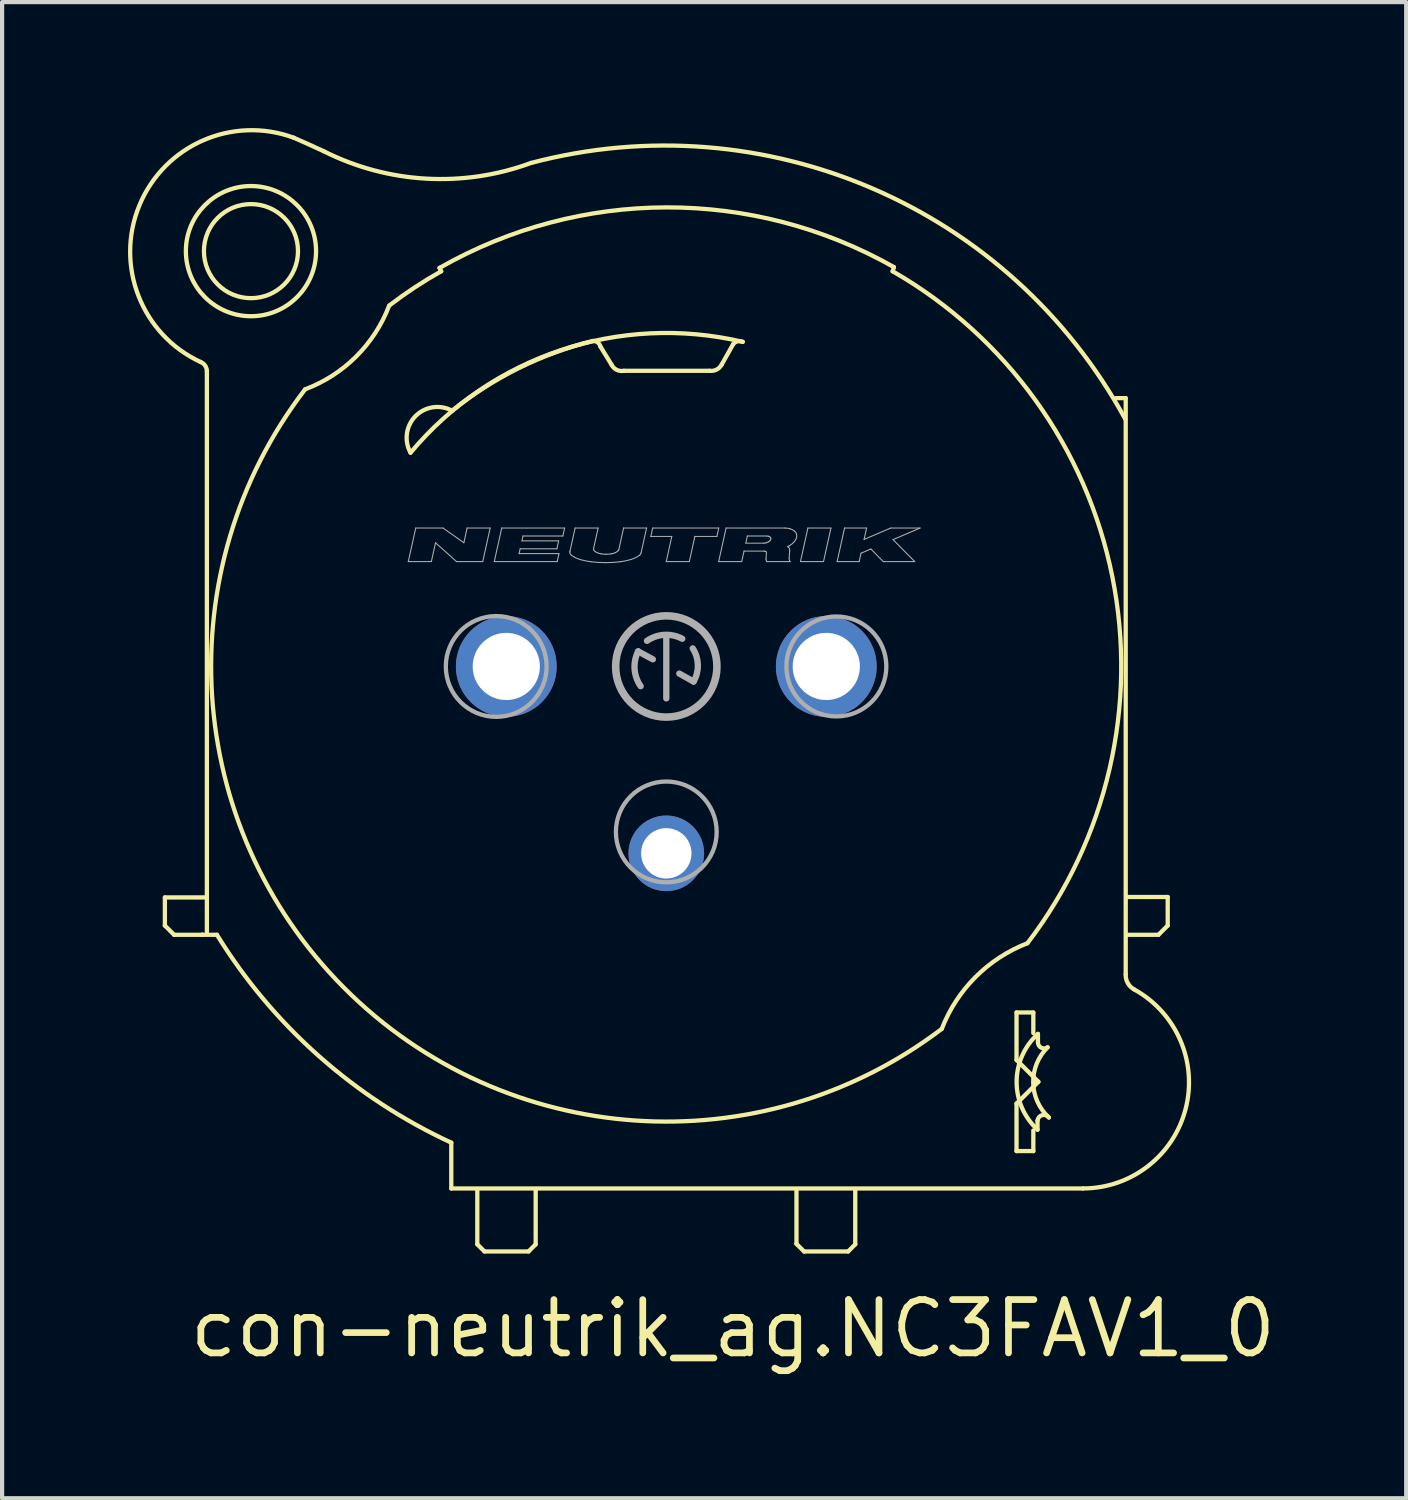
<source format=kicad_pcb>
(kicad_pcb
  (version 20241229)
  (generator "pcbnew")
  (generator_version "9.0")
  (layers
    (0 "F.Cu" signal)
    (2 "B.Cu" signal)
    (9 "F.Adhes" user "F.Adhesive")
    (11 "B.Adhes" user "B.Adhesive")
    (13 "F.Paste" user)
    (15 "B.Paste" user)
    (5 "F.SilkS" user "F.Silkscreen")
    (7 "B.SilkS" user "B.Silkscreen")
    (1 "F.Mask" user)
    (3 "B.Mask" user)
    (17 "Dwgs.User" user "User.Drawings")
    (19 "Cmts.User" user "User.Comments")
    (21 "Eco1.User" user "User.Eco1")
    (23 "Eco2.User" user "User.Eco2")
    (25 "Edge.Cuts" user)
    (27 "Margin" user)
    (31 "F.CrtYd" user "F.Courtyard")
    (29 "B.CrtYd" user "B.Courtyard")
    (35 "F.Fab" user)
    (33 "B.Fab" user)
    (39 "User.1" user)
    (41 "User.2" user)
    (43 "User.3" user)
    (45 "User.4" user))
  (footprint "con-neutrik_ag.NC3FAV1_0"
    (layer "F.Cu")
    (at 12.816 12.82)
    (property "Reference" "con-neutrik_ag.NC3FAV1_0" (at -11.43 16.51 0) (layer "F.SilkS") (effects (font (size 1.27 1.27) (thickness 0.16)) (justify left bottom)))
    (attr through_hole)
    (fp_line (start -11.94 5.5) (end -10.94 5.5) (stroke (width 0.102) (type default)) (layer "F.SilkS"))
    (fp_line (start -11.94 6.17) (end -11.94 5.5) (stroke (width 0.102) (type default)) (layer "F.SilkS"))
    (fp_line (start -11.72 6.39) (end -11.94 6.17) (stroke (width 0.102) (type default)) (layer "F.SilkS"))
    (fp_line (start -11.05 6.39) (end -11.72 6.39) (stroke (width 0.102) (type default)) (layer "F.SilkS"))
    (fp_line (start -11.05 6.39) (end -10.7 6.39) (stroke (width 0.102) (type default)) (layer "F.SilkS"))
    (fp_line (start -11.04 6.39) (end -11.05 6.39) (stroke (width 0.102) (type default)) (layer "F.SilkS"))
    (fp_line (start -10.94 5.5) (end -10.94 -7.03) (stroke (width 0.102) (type default)) (layer "F.SilkS"))
    (fp_line (start -10.94 6.35) (end -10.94 5.52) (stroke (width 0.102) (type default)) (layer "F.SilkS"))
    (fp_line (start -5.4 -9.49) (end -5.36 -9.41) (stroke (width 0.102) (type default)) (layer "F.SilkS"))
    (fp_line (start -5.12 11.34) (end -5.12 12.43) (stroke (width 0.102) (type default)) (layer "F.SilkS"))
    (fp_line (start -5.12 12.43) (end 9.92 12.43) (stroke (width 0.102) (type default)) (layer "F.SilkS"))
    (fp_line (start -4.5 12.49) (end -4.5 13.76) (stroke (width 0.102) (type default)) (layer "F.SilkS"))
    (fp_line (start -4.5 13.76) (end -4.33 13.93) (stroke (width 0.102) (type default)) (layer "F.SilkS"))
    (fp_line (start -4.33 13.93) (end -3.28 13.93) (stroke (width 0.102) (type default)) (layer "F.SilkS"))
    (fp_line (start -3.28 13.93) (end -3.11 13.76) (stroke (width 0.102) (type default)) (layer "F.SilkS"))
    (fp_line (start -3.11 13.76) (end -3.11 12.47) (stroke (width 0.102) (type default)) (layer "F.SilkS"))
    (fp_line (start -1.3 -7.18) (end -1.57 -7.62) (stroke (width 0.102) (type default)) (layer "F.SilkS"))
    (fp_line (start 1.03 -7.04) (end -1.01 -7.04) (stroke (width 0.102) (type default)) (layer "F.SilkS"))
    (fp_line (start 1.59 -7.67) (end 1.32 -7.19) (stroke (width 0.102) (type default)) (layer "F.SilkS"))
    (fp_line (start 3.1 12.49) (end 3.1 13.75) (stroke (width 0.102) (type default)) (layer "F.SilkS"))
    (fp_line (start 3.1 13.75) (end 3.28 13.93) (stroke (width 0.102) (type default)) (layer "F.SilkS"))
    (fp_line (start 3.28 13.93) (end 4.33 13.93) (stroke (width 0.102) (type default)) (layer "F.SilkS"))
    (fp_line (start 4.33 13.93) (end 4.5 13.76) (stroke (width 0.102) (type default)) (layer "F.SilkS"))
    (fp_line (start 4.5 13.76) (end 4.5 12.48) (stroke (width 0.102) (type default)) (layer "F.SilkS"))
    (fp_line (start 5.39 -9.41) (end 5.42 -9.51) (stroke (width 0.102) (type default)) (layer "F.SilkS"))
    (fp_line (start 8.34 8.24) (end 8.34 9.37) (stroke (width 0.102) (type default)) (layer "F.SilkS"))
    (fp_line (start 8.34 8.24) (end 8.74 8.24) (stroke (width 0.102) (type default)) (layer "F.SilkS"))
    (fp_line (start 8.34 9.37) (end 8.86 9.89) (stroke (width 0.102) (type default)) (layer "F.SilkS"))
    (fp_line (start 8.34 10.41) (end 8.34 11.54) (stroke (width 0.102) (type default)) (layer "F.SilkS"))
    (fp_line (start 8.34 11.54) (end 8.74 11.54) (stroke (width 0.102) (type default)) (layer "F.SilkS"))
    (fp_line (start 8.74 8.24) (end 8.74 8.73) (stroke (width 0.102) (type default)) (layer "F.SilkS"))
    (fp_line (start 8.74 11.54) (end 8.74 11.05) (stroke (width 0.102) (type default)) (layer "F.SilkS"))
    (fp_line (start 8.84 11.03) (end 8.84 10.82) (stroke (width 0.102) (type default)) (layer "F.SilkS"))
    (fp_line (start 8.85 8.75) (end 8.85 8.95) (stroke (width 0.102) (type default)) (layer "F.SilkS"))
    (fp_line (start 8.86 9.89) (end 8.34 10.41) (stroke (width 0.102) (type default)) (layer "F.SilkS"))
    (fp_line (start 10.94 -6.39) (end 10.71 -6.39) (stroke (width 0.102) (type default)) (layer "F.SilkS"))
    (fp_line (start 10.94 7.33) (end 10.94 -6.39) (stroke (width 0.102) (type default)) (layer "F.SilkS"))
    (fp_line (start 10.99 6.39) (end 11.72 6.39) (stroke (width 0.102) (type default)) (layer "F.SilkS"))
    (fp_line (start 11.72 6.39) (end 11.94 6.17) (stroke (width 0.102) (type default)) (layer "F.SilkS"))
    (fp_line (start 11.94 5.49) (end 10.99 5.49) (stroke (width 0.102) (type default)) (layer "F.SilkS"))
    (fp_line (start 11.94 6.17) (end 11.94 5.49) (stroke (width 0.102) (type default)) (layer "F.SilkS"))
    (fp_arc (start -11.09 -7.25) (mid -10.981062 -7.163139) (end -10.94 -7.03) (stroke (width 0.1016) (type default)) (layer "F.SilkS"))
    (fp_arc (start -11.09 -7.25) (mid -12.543512 -10.98573) (end -8.87 -12.59) (stroke (width 0.1016) (type default)) (layer "F.SilkS"))
    (fp_arc (start -8.87 -12.59) (mid -8.514255 -12.431652) (end -8.16 -12.27) (stroke (width 0.1016) (type default)) (layer "F.SilkS"))
    (fp_arc (start -6.6 -8.59) (mid -7.385901 -7.379825) (end -8.6 -6.6) (stroke (width 0.1016) (type default)) (layer "F.SilkS"))
    (fp_arc (start -6.59 -8.6) (mid -5.989419 -9.026896) (end -5.36 -9.41) (stroke (width 0.1016) (type default)) (layer "F.SilkS"))
    (fp_arc (start -6.09 -5.09) (mid -5.970889 -5.96213) (end -5.1 -6.09) (stroke (width 0.1016) (type default)) (layer "F.SilkS"))
    (fp_arc (start -6.09 -5.09) (mid -2.509712 -7.532715) (end 1.82 -7.73) (stroke (width 0.1016) (type default)) (layer "F.SilkS"))
    (fp_arc (start -5.4 -9.49) (mid 0.007354 -10.931438) (end 5.42 -9.51) (stroke (width 0.1016) (type default)) (layer "F.SilkS"))
    (fp_arc (start -5.12 11.34) (mid -8.274816 9.276247) (end -10.7 6.39) (stroke (width 0.1016) (type default)) (layer "F.SilkS"))
    (fp_arc (start -5.1 -6.09) (mid -3.515654 -7.102947) (end -1.75 -7.75) (stroke (width 0.1016) (type default)) (layer "F.SilkS"))
    (fp_arc (start -3.22 -11.99) (mid -5.719121 -11.61623) (end -8.16 -12.27) (stroke (width 0.1016) (type default)) (layer "F.SilkS"))
    (fp_arc (start -3.22 -11.99) (mid 4.908047 -11.382724) (end 10.93 -5.89) (stroke (width 0.1016) (type default)) (layer "F.SilkS"))
    (fp_arc (start -1.74 -7.75) (mid -1.632423 -7.714523) (end -1.57 -7.62) (stroke (width 0.1016) (type default)) (layer "F.SilkS"))
    (fp_arc (start -1.01 -7.04) (mid -1.178221 -7.061899) (end -1.3 -7.18) (stroke (width 0.1016) (type default)) (layer "F.SilkS"))
    (fp_arc (start 1.32 -7.19) (mid 1.198646 -7.069285) (end 1.03 -7.04) (stroke (width 0.1016) (type default)) (layer "F.SilkS"))
    (fp_arc (start 1.59 -7.67) (mid 1.694288 -7.741063) (end 1.82 -7.73) (stroke (width 0.1016) (type default)) (layer "F.SilkS"))
    (fp_arc (start 5.39 -9.41) (mid 10.621563 -2.137579) (end 8.6 6.59) (stroke (width 0.1016) (type default)) (layer "F.SilkS"))
    (fp_arc (start 6.56 8.63) (mid -7.680581 7.644968) (end -8.6 -6.6) (stroke (width 0.1016) (type default)) (layer "F.SilkS"))
    (fp_arc (start 6.56 8.63) (mid 7.3644 7.3944) (end 8.6 6.59) (stroke (width 0.1016) (type default)) (layer "F.SilkS"))
    (fp_arc (start 8.84 10.81) (mid 8.951547 10.684537) (end 9.11 10.74) (stroke (width 0.1016) (type default)) (layer "F.SilkS"))
    (fp_arc (start 8.84 11.03) (mid 8.341886 9.887793) (end 8.85 8.75) (stroke (width 0.1016) (type default)) (layer "F.SilkS"))
    (fp_arc (start 9.08 9.07) (mid 8.928629 9.079711) (end 8.85 8.95) (stroke (width 0.1016) (type default)) (layer "F.SilkS"))
    (fp_arc (start 9.11 10.74) (mid 8.736883 9.911433) (end 9.08 9.07) (stroke (width 0.1016) (type default)) (layer "F.SilkS"))
    (fp_arc (start 11.14 7.69) (mid 12.367243 10.532877) (end 9.92 12.43) (stroke (width 0.1016) (type default)) (layer "F.SilkS"))
    (fp_arc (start 11.14 7.69) (mid 10.988255 7.538747) (end 10.94 7.33) (stroke (width 0.1016) (type default)) (layer "F.SilkS"))
    (fp_circle (center -9.89 -9.89) (end -8.77 -9.89) (stroke (width 0.102) (type default)) (fill no) (layer "F.SilkS"))
    (fp_circle (center -9.89 -9.89) (end -8.34 -9.89) (stroke (width 0.102) (type default)) (fill no) (layer "F.SilkS"))
    (fp_line (start -6.144 -2.497) (end -5.966 -3.296) (stroke (width 0.025) (type default)) (layer "F.Fab"))
    (fp_line (start -6.144 -2.497) (end -5.594 -2.497) (stroke (width 0.025) (type default)) (layer "F.Fab"))
    (fp_line (start -5.966 -3.296) (end -5.317 -3.296) (stroke (width 0.025) (type default)) (layer "F.Fab"))
    (fp_line (start -5.594 -2.497) (end -5.495 -2.946) (stroke (width 0.025) (type default)) (layer "F.Fab"))
    (fp_line (start -5.495 -2.946) (end -4.995 -2.497) (stroke (width 0.025) (type default)) (layer "F.Fab"))
    (fp_line (start -5.317 -3.296) (end -4.82 -2.946) (stroke (width 0.025) (type default)) (layer "F.Fab"))
    (fp_line (start -4.995 -2.497) (end -4.371 -2.497) (stroke (width 0.025) (type default)) (layer "F.Fab"))
    (fp_line (start -4.82 -2.946) (end -4.743 -3.296) (stroke (width 0.025) (type default)) (layer "F.Fab"))
    (fp_line (start -4.743 -3.296) (end -4.194 -3.296) (stroke (width 0.025) (type default)) (layer "F.Fab"))
    (fp_line (start -4.371 -2.497) (end -4.194 -3.296) (stroke (width 0.025) (type default)) (layer "F.Fab"))
    (fp_line (start -4.096 -2.497) (end -3.919 -3.296) (stroke (width 0.025) (type default)) (layer "F.Fab"))
    (fp_line (start -4.096 -2.497) (end -2.598 -2.497) (stroke (width 0.025) (type default)) (layer "F.Fab"))
    (fp_line (start -3.919 -3.296) (end -2.421 -3.296) (stroke (width 0.025) (type default)) (layer "F.Fab"))
    (fp_line (start -3.505 -2.687) (end -3.479 -2.802) (stroke (width 0.025) (type default)) (layer "F.Fab"))
    (fp_line (start -3.505 -2.687) (end -2.556 -2.687) (stroke (width 0.025) (type default)) (layer "F.Fab"))
    (fp_line (start -3.479 -2.802) (end -2.605 -2.802) (stroke (width 0.025) (type default)) (layer "F.Fab"))
    (fp_line (start -3.437 -2.991) (end -3.412 -3.106) (stroke (width 0.025) (type default)) (layer "F.Fab"))
    (fp_line (start -3.437 -2.991) (end -2.563 -2.991) (stroke (width 0.025) (type default)) (layer "F.Fab"))
    (fp_line (start -3.412 -3.106) (end -2.463 -3.106) (stroke (width 0.025) (type default)) (layer "F.Fab"))
    (fp_line (start -2.605 -2.802) (end -2.563 -2.991) (stroke (width 0.025) (type default)) (layer "F.Fab"))
    (fp_line (start -2.598 -2.497) (end -2.556 -2.687) (stroke (width 0.025) (type default)) (layer "F.Fab"))
    (fp_line (start -2.463 -3.106) (end -2.421 -3.296) (stroke (width 0.025) (type default)) (layer "F.Fab"))
    (fp_line (start -2.294 -2.741) (end -2.171 -3.296) (stroke (width 0.025) (type default)) (layer "F.Fab"))
    (fp_line (start -2.171 -3.296) (end -1.623 -3.296) (stroke (width 0.025) (type default)) (layer "F.Fab"))
    (fp_line (start -1.731 -2.81) (end -1.623 -3.296) (stroke (width 0.025) (type default)) (layer "F.Fab"))
    (fp_line (start -1.13 -2.784) (end -1.017 -3.296) (stroke (width 0.025) (type default)) (layer "F.Fab"))
    (fp_line (start -1.017 -3.296) (end -0.469 -3.296) (stroke (width 0.025) (type default)) (layer "F.Fab"))
    (fp_line (start -0.67 -0.36) (end -0.32 -0.17) (stroke (width 0.15) (type default)) (layer "F.Fab"))
    (fp_line (start -0.601 -2.702) (end -0.469 -3.296) (stroke (width 0.025) (type default)) (layer "F.Fab"))
    (fp_line (start -0.368 -3.096) (end -0.324 -3.296) (stroke (width 0.025) (type default)) (layer "F.Fab"))
    (fp_line (start -0.368 -3.096) (end 0.131 -3.096) (stroke (width 0.025) (type default)) (layer "F.Fab"))
    (fp_line (start -0.324 -3.296) (end 1.249 -3.296) (stroke (width 0.025) (type default)) (layer "F.Fab"))
    (fp_line (start -0.001 -2.497) (end 0.131 -3.096) (stroke (width 0.025) (type default)) (layer "F.Fab"))
    (fp_line (start -0.001 -2.497) (end 0.548 -2.497) (stroke (width 0.025) (type default)) (layer "F.Fab"))
    (fp_line (start 0 0.76) (end 0 -0.74) (stroke (width 0.15) (type default)) (layer "F.Fab"))
    (fp_line (start 0.31 0.17) (end 0.65 0.36) (stroke (width 0.15) (type default)) (layer "F.Fab"))
    (fp_line (start 0.548 -2.497) (end 0.681 -3.096) (stroke (width 0.025) (type default)) (layer "F.Fab"))
    (fp_line (start 0.681 -3.096) (end 1.205 -3.096) (stroke (width 0.025) (type default)) (layer "F.Fab"))
    (fp_line (start 1.205 -3.096) (end 1.249 -3.296) (stroke (width 0.025) (type default)) (layer "F.Fab"))
    (fp_line (start 1.247 -2.497) (end 1.424 -3.296) (stroke (width 0.025) (type default)) (layer "F.Fab"))
    (fp_line (start 1.247 -2.497) (end 1.796 -2.497) (stroke (width 0.025) (type default)) (layer "F.Fab"))
    (fp_line (start 1.424 -3.296) (end 2.826 -3.296) (stroke (width 0.025) (type default)) (layer "F.Fab"))
    (fp_line (start 1.796 -2.497) (end 1.852 -2.747) (stroke (width 0.025) (type default)) (layer "F.Fab"))
    (fp_line (start 1.852 -2.747) (end 2.328 -2.747) (stroke (width 0.025) (type default)) (layer "F.Fab"))
    (fp_line (start 1.894 -2.936) (end 1.931 -3.106) (stroke (width 0.025) (type default)) (layer "F.Fab"))
    (fp_line (start 1.894 -2.936) (end 2.321 -2.936) (stroke (width 0.025) (type default)) (layer "F.Fab"))
    (fp_line (start 1.931 -3.106) (end 2.394 -3.106) (stroke (width 0.025) (type default)) (layer "F.Fab"))
    (fp_line (start 2.375 -2.561) (end 2.385 -2.707) (stroke (width 0.025) (type default)) (layer "F.Fab"))
    (fp_line (start 2.394 -2.497) (end 2.394 -2.497) (stroke (width 0.025) (type default)) (layer "F.Fab"))
    (fp_line (start 2.394 -2.497) (end 2.95 -2.497) (stroke (width 0.025) (type default)) (layer "F.Fab"))
    (fp_line (start 2.926 -2.581) (end 2.939 -2.767) (stroke (width 0.025) (type default)) (layer "F.Fab"))
    (fp_line (start 3.195 -2.497) (end 3.372 -3.296) (stroke (width 0.025) (type default)) (layer "F.Fab"))
    (fp_line (start 3.195 -2.497) (end 3.744 -2.497) (stroke (width 0.025) (type default)) (layer "F.Fab"))
    (fp_line (start 3.372 -3.296) (end 3.921 -3.296) (stroke (width 0.025) (type default)) (layer "F.Fab"))
    (fp_line (start 3.744 -2.497) (end 3.921 -3.296) (stroke (width 0.025) (type default)) (layer "F.Fab"))
    (fp_line (start 4.068 -2.497) (end 4.245 -3.296) (stroke (width 0.025) (type default)) (layer "F.Fab"))
    (fp_line (start 4.068 -2.497) (end 4.593 -2.497) (stroke (width 0.025) (type default)) (layer "F.Fab"))
    (fp_line (start 4.245 -3.296) (end 4.77 -3.296) (stroke (width 0.025) (type default)) (layer "F.Fab"))
    (fp_line (start 4.593 -2.497) (end 4.637 -2.697) (stroke (width 0.025) (type default)) (layer "F.Fab"))
    (fp_line (start 4.637 -2.697) (end 4.871 -2.797) (stroke (width 0.025) (type default)) (layer "F.Fab"))
    (fp_line (start 4.71 -3.026) (end 4.77 -3.296) (stroke (width 0.025) (type default)) (layer "F.Fab"))
    (fp_line (start 4.71 -3.026) (end 5.344 -3.296) (stroke (width 0.025) (type default)) (layer "F.Fab"))
    (fp_line (start 4.871 -2.797) (end 5.167 -2.497) (stroke (width 0.025) (type default)) (layer "F.Fab"))
    (fp_line (start 5.167 -2.497) (end 5.916 -2.497) (stroke (width 0.025) (type default)) (layer "F.Fab"))
    (fp_line (start 5.344 -3.296) (end 6.043 -3.296) (stroke (width 0.025) (type default)) (layer "F.Fab"))
    (fp_line (start 5.399 -3.021) (end 5.916 -2.497) (stroke (width 0.025) (type default)) (layer "F.Fab"))
    (fp_line (start 5.399 -3.021) (end 6.043 -3.296) (stroke (width 0.025) (type default)) (layer "F.Fab"))
    (fp_arc (start -2.2964 -2.7217) (mid -2.295867 -2.731456) (end -2.2943 -2.7411) (stroke (width 0.0254) (type default)) (layer "F.Fab"))
    (fp_arc (start -2.2578 -2.6471) (mid -2.286121 -2.679718) (end -2.2963 -2.7217) (stroke (width 0.0254) (type default)) (layer "F.Fab"))
    (fp_arc (start -2.0477 -2.5452) (mid -2.156985 -2.587418) (end -2.2578 -2.6471) (stroke (width 0.0254) (type default)) (layer "F.Fab"))
    (fp_arc (start -1.796 -2.4932) (mid -1.922923 -2.514007) (end -2.0477 -2.5452) (stroke (width 0.0254) (type default)) (layer "F.Fab"))
    (fp_arc (start -1.7326 -2.7966) (mid -1.732234 -2.803244) (end -1.7311 -2.8098) (stroke (width 0.0254) (type default)) (layer "F.Fab"))
    (fp_arc (start -1.7159 -2.7561) (mid -1.728335 -2.774676) (end -1.7327 -2.7966) (stroke (width 0.0254) (type default)) (layer "F.Fab"))
    (fp_arc (start -1.6443 -2.7083) (mid -1.682454 -2.728674) (end -1.7159 -2.7561) (stroke (width 0.0254) (type default)) (layer "F.Fab"))
    (fp_arc (start -1.5538 -2.6822) (mid -1.599779 -2.692723) (end -1.6443 -2.7083) (stroke (width 0.0254) (type default)) (layer "F.Fab"))
    (fp_arc (start -1.4474 -2.4721) (mid -1.62202 -2.477365) (end -1.796 -2.4932) (stroke (width 0.0254) (type default)) (layer "F.Fab"))
    (fp_arc (start -1.4308 -2.6718) (mid -1.492521 -2.674388) (end -1.5538 -2.6822) (stroke (width 0.0254) (type default)) (layer "F.Fab"))
    (fp_arc (start -1.3079 -2.6822) (mid -1.369129 -2.67439) (end -1.4308 -2.6718) (stroke (width 0.0254) (type default)) (layer "F.Fab"))
    (fp_arc (start -1.2174 -2.7083) (mid -1.261921 -2.692723) (end -1.3079 -2.6822) (stroke (width 0.0254) (type default)) (layer "F.Fab"))
    (fp_arc (start -1.1458 -2.7561) (mid -1.179246 -2.728674) (end -1.2174 -2.7083) (stroke (width 0.0254) (type default)) (layer "F.Fab"))
    (fp_arc (start -1.1304 -2.7839) (mid -1.136132 -2.76891) (end -1.1458 -2.7561) (stroke (width 0.0254) (type default)) (layer "F.Fab"))
    (fp_arc (start -1.0989 -2.4931) (mid -1.27283 -2.477266) (end -1.4474 -2.472) (stroke (width 0.0254) (type default)) (layer "F.Fab"))
    (fp_arc (start -0.8472 -2.5452) (mid -0.971977 -2.514007) (end -1.0989 -2.4932) (stroke (width 0.0254) (type default)) (layer "F.Fab"))
    (fp_arc (start -0.6371 -2.6471) (mid -0.737916 -2.587421) (end -0.8472 -2.5452) (stroke (width 0.0254) (type default)) (layer "F.Fab"))
    (fp_arc (start -0.61 0.47) (mid -0.754744 0.063295) (end -0.67 -0.36) (stroke (width 0.15) (type default)) (layer "F.Fab"))
    (fp_arc (start -0.6007 -2.7023) (mid -0.613738 -2.671296) (end -0.6371 -2.6471) (stroke (width 0.0254) (type default)) (layer "F.Fab"))
    (fp_arc (start -0.46 -0.61) (mid -0.047003 -0.752658) (end 0.38 -0.66) (stroke (width 0.15) (type default)) (layer "F.Fab"))
    (fp_arc (start 0.63 -0.43) (mid 0.752066 -0.037837) (end 0.65 0.36) (stroke (width 0.15) (type default)) (layer "F.Fab"))
    (fp_arc (start 2.3283 -2.7467) (mid 2.340566 -2.745829) (end 2.3526 -2.7433) (stroke (width 0.0254) (type default)) (layer "F.Fab"))
    (fp_arc (start 2.3526 -2.7432) (mid 2.364222 -2.738519) (end 2.3746 -2.7315) (stroke (width 0.0254) (type default)) (layer "F.Fab"))
    (fp_arc (start 2.3746 -2.7315) (mid 2.380486 -2.724775) (end 2.3841 -2.7166) (stroke (width 0.0254) (type default)) (layer "F.Fab"))
    (fp_arc (start 2.3785 -2.9442) (mid 2.349756 -2.938398) (end 2.3205 -2.9364) (stroke (width 0.0254) (type default)) (layer "F.Fab"))
    (fp_arc (start 2.3943 -2.497) (mid 2.380149 -2.527486) (end 2.375 -2.5607) (stroke (width 0.0254) (type default)) (layer "F.Fab"))
    (fp_arc (start 2.3944 -3.1062) (mid 2.414793 -3.104721) (end 2.4348 -3.1005) (stroke (width 0.0254) (type default)) (layer "F.Fab"))
    (fp_arc (start 2.4288 -2.9645) (mid 2.404262 -2.952875) (end 2.3785 -2.9443) (stroke (width 0.0254) (type default)) (layer "F.Fab"))
    (fp_arc (start 2.4348 -3.1005) (mid 2.454244 -3.09272) (end 2.4716 -3.081) (stroke (width 0.0254) (type default)) (layer "F.Fab"))
    (fp_arc (start 2.4641 -2.9914) (mid 2.447446 -2.976643) (end 2.4288 -2.9645) (stroke (width 0.0254) (type default)) (layer "F.Fab"))
    (fp_arc (start 2.4716 -3.081) (mid 2.481397 -3.069754) (end 2.4874 -3.0561) (stroke (width 0.0254) (type default)) (layer "F.Fab"))
    (fp_arc (start 2.4861 -3.0267) (mid 2.476985 -3.007875) (end 2.4641 -2.9914) (stroke (width 0.0254) (type default)) (layer "F.Fab"))
    (fp_arc (start 2.4874 -3.0561) (mid 2.488997 -3.041301) (end 2.4861 -3.0267) (stroke (width 0.0254) (type default)) (layer "F.Fab"))
    (fp_arc (start 2.8259 -3.296) (mid 2.886677 -3.291588) (end 2.9463 -3.279) (stroke (width 0.0254) (type default)) (layer "F.Fab"))
    (fp_arc (start 2.8917 -2.8549) (mid 2.899191 -2.849485) (end 2.9064 -2.8437) (stroke (width 0.0254) (type default)) (layer "F.Fab"))
    (fp_arc (start 2.9064 -2.8437) (mid 2.924646 -2.822802) (end 2.9358 -2.7974) (stroke (width 0.0254) (type default)) (layer "F.Fab"))
    (fp_arc (start 2.9282 -2.8737) (mid 2.910094 -2.86407) (end 2.8917 -2.855) (stroke (width 0.0254) (type default)) (layer "F.Fab"))
    (fp_arc (start 2.9358 -2.7974) (mid 2.93855 -2.782173) (end 2.9387 -2.7667) (stroke (width 0.0254) (type default)) (layer "F.Fab"))
    (fp_arc (start 2.9463 -3.279) (mid 3.004211 -3.255758) (end 3.0559 -3.2208) (stroke (width 0.0254) (type default)) (layer "F.Fab"))
    (fp_arc (start 2.9503 -2.497) (mid 2.930467 -2.536583) (end 2.9257 -2.5806) (stroke (width 0.0254) (type default)) (layer "F.Fab"))
    (fp_arc (start 3.0334 -2.9539) (mid 2.983769 -2.909906) (end 2.9282 -2.8737) (stroke (width 0.0254) (type default)) (layer "F.Fab"))
    (fp_arc (start 3.0559 -3.2208) (mid 3.085071 -3.187347) (end 3.1029 -3.1467) (stroke (width 0.0254) (type default)) (layer "F.Fab"))
    (fp_arc (start 3.0992 -3.0591) (mid 3.071923 -3.002983) (end 3.0334 -2.9539) (stroke (width 0.0254) (type default)) (layer "F.Fab"))
    (fp_arc (start 3.1029 -3.1467) (mid 3.107748 -3.102617) (end 3.0992 -3.0591) (stroke (width 0.0254) (type default)) (layer "F.Fab"))
    (fp_circle (center -4.05 0) (end -2.85 0) (stroke (width 0.102) (type default)) (fill no) (layer "F.Fab"))
    (fp_circle (center 0 0) (end 1.206 0) (stroke (width 0.18) (type default)) (fill no) (layer "F.Fab"))
    (fp_circle (center 0 3.94) (end 1.2 3.94) (stroke (width 0.102) (type default)) (fill no) (layer "F.Fab"))
    (fp_circle (center 4.05 0) (end 5.24 0) (stroke (width 0.102) (type default)) (fill no) (layer "F.Fab"))
    (pad "1+G" thru_hole circle (at 3.81 0) (size 2.4 2.4) (drill 1.6) (layers "*.Cu" "*.Mask"))
    (pad "2" thru_hole circle (at -3.81 0) (size 2.4 2.4) (drill 1.6) (layers "*.Cu" "*.Mask"))
    (pad "3" thru_hole circle (at 0 4.45) (size 1.8 1.8) (drill 1.2) (layers "*.Cu" "*.Mask")))
  (gr_rect
    (start -3 -3)
    (end 30.435 32.627)
    (stroke (width 0.1) (type default))
    (fill no)
    (layer "Edge.Cuts")))
</source>
